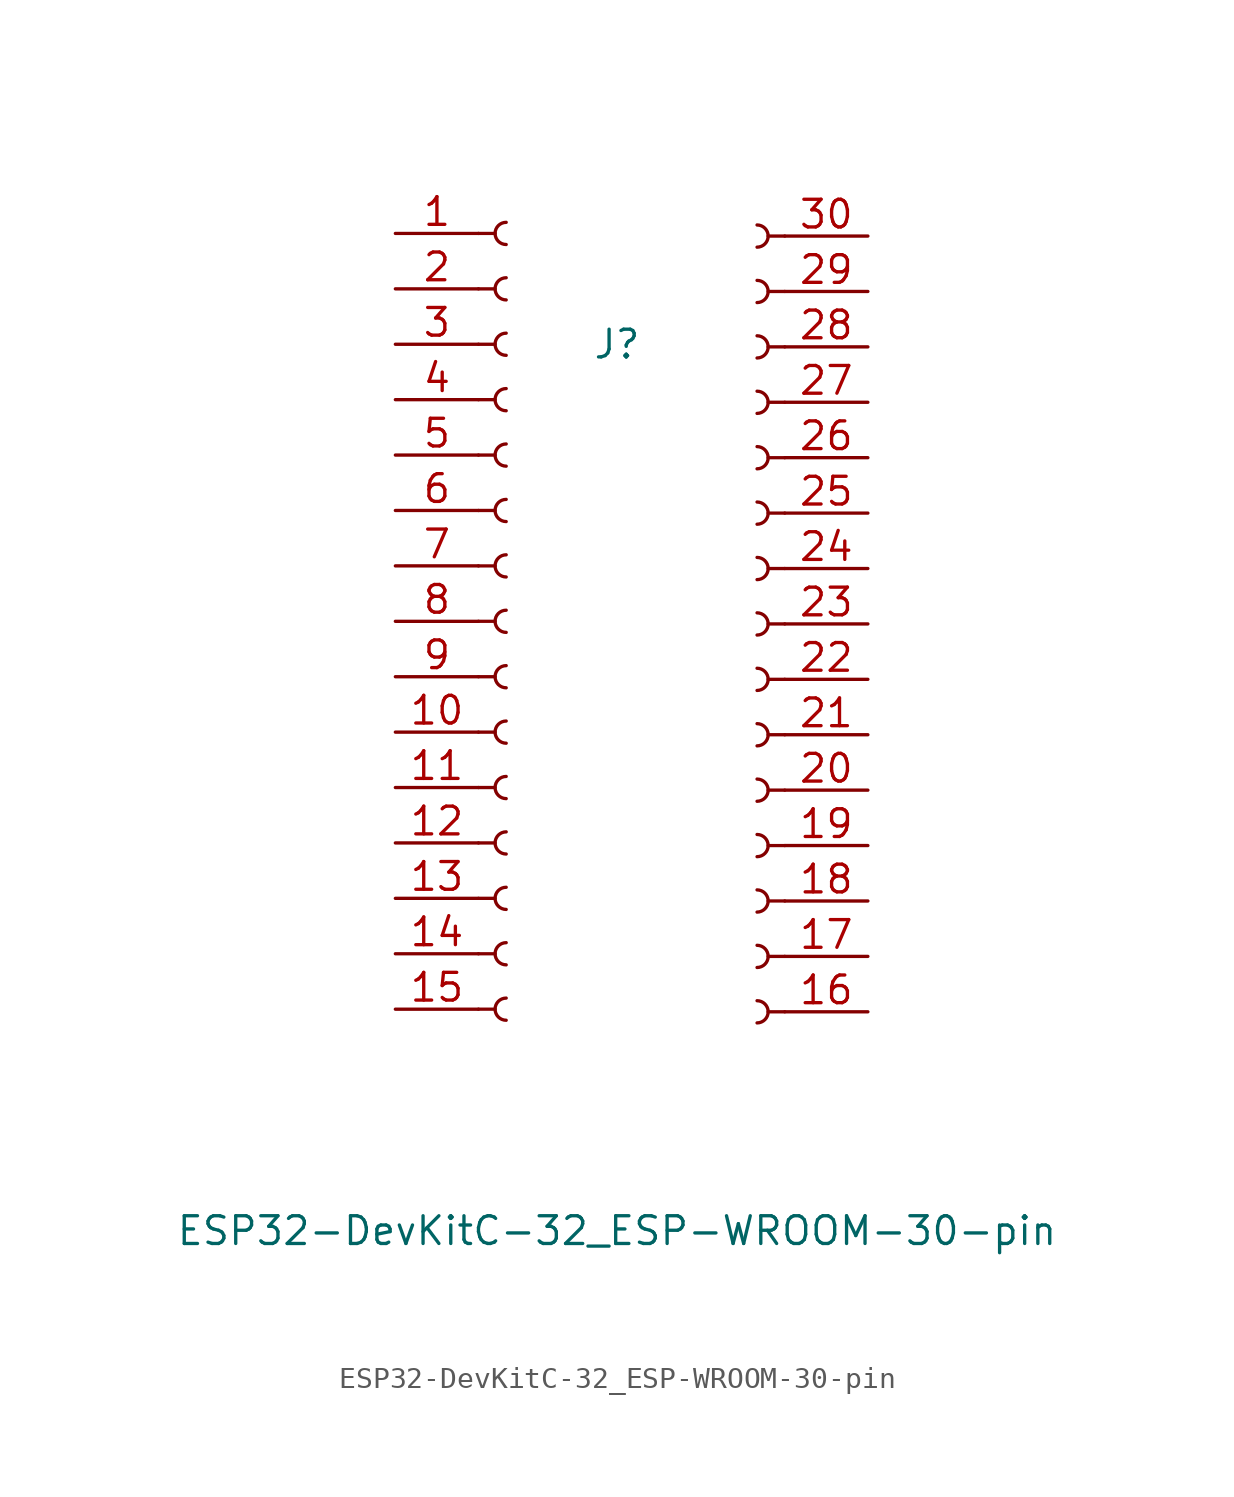
<source format=kicad_sym>
(kicad_symbol_lib
  (version 20241209)
  (generator "kicad_symbol_editor")
  (generator_version "9.0")
  (symbol "ESP32-DevKitC-32_ESP-WROOM-30-pin"
    (pin_names
      (offset 1.016)
      (hide yes))
    (property "Reference" "J"
      (at 0 20.32 0)
      (effects (font (size 1.27 1.27))))
    (property "Value" "ESP32-DevKitC-32_ESP-WROOM-30-pin"
      (at 0 -20.32 0)
      (effects (font (size 1.27 1.27))))
    (property "ki_locked" ""
      (at 0 0 0)
      (effects (font (size 1.27 1.27))))
    (symbol "ESP32-DevKitC-32_ESP-WROOM-30-pin_1_1"
      (polyline (pts (xy -6.35 25.4) (xy -5.588 25.4)) (stroke (width 0.152) (type default)) (fill (type none)))
      (polyline (pts (xy -6.35 22.86) (xy -5.588 22.86)) (stroke (width 0.152) (type default)) (fill (type none)))
      (polyline (pts (xy -6.35 20.32) (xy -5.588 20.32)) (stroke (width 0.152) (type default)) (fill (type none)))
      (polyline (pts (xy -6.35 17.78) (xy -5.588 17.78)) (stroke (width 0.152) (type default)) (fill (type none)))
      (polyline (pts (xy -6.35 15.24) (xy -5.588 15.24)) (stroke (width 0.152) (type default)) (fill (type none)))
      (polyline (pts (xy -6.35 12.7) (xy -5.588 12.7)) (stroke (width 0.152) (type default)) (fill (type none)))
      (polyline (pts (xy -6.35 10.16) (xy -5.588 10.16)) (stroke (width 0.152) (type default)) (fill (type none)))
      (polyline (pts (xy -6.35 7.62) (xy -5.588 7.62)) (stroke (width 0.152) (type default)) (fill (type none)))
      (polyline (pts (xy -6.35 5.08) (xy -5.588 5.08)) (stroke (width 0.152) (type default)) (fill (type none)))
      (polyline (pts (xy -6.35 2.54) (xy -5.588 2.54)) (stroke (width 0.152) (type default)) (fill (type none)))
      (polyline (pts (xy -6.35 0) (xy -5.588 0)) (stroke (width 0.152) (type default)) (fill (type none)))
      (polyline (pts (xy -6.35 -2.54) (xy -5.588 -2.54)) (stroke (width 0.152) (type default)) (fill (type none)))
      (polyline (pts (xy -6.35 -5.08) (xy -5.588 -5.08)) (stroke (width 0.152) (type default)) (fill (type none)))
      (polyline (pts (xy -6.35 -7.62) (xy -5.588 -7.62)) (stroke (width 0.152) (type default)) (fill (type none)))
      (polyline (pts (xy -6.35 -10.16) (xy -5.588 -10.16)) (stroke (width 0.152) (type default)) (fill (type none)))
      (arc (start -5.08 24.892) (mid -5.5858 25.4) (end -5.08 25.908) (stroke (width 0.1524) (type default)) (fill (type none)))
      (arc (start -5.08 22.352) (mid -5.5858 22.86) (end -5.08 23.368) (stroke (width 0.1524) (type default)) (fill (type none)))
      (arc (start -5.08 19.812) (mid -5.5858 20.32) (end -5.08 20.828) (stroke (width 0.1524) (type default)) (fill (type none)))
      (arc (start -5.08 17.272) (mid -5.5858 17.78) (end -5.08 18.288) (stroke (width 0.1524) (type default)) (fill (type none)))
      (arc (start -5.08 14.732) (mid -5.5858 15.24) (end -5.08 15.748) (stroke (width 0.1524) (type default)) (fill (type none)))
      (arc (start -5.08 12.192) (mid -5.5858 12.7) (end -5.08 13.208) (stroke (width 0.1524) (type default)) (fill (type none)))
      (arc (start -5.08 9.652) (mid -5.5858 10.16) (end -5.08 10.668) (stroke (width 0.1524) (type default)) (fill (type none)))
      (arc (start -5.08 7.112) (mid -5.5858 7.62) (end -5.08 8.128) (stroke (width 0.1524) (type default)) (fill (type none)))
      (arc (start -5.08 4.572) (mid -5.5858 5.08) (end -5.08 5.588) (stroke (width 0.1524) (type default)) (fill (type none)))
      (arc (start -5.08 2.032) (mid -5.5858 2.54) (end -5.08 3.048) (stroke (width 0.1524) (type default)) (fill (type none)))
      (arc (start -5.08 -0.508) (mid -5.5858 0) (end -5.08 0.508) (stroke (width 0.1524) (type default)) (fill (type none)))
      (arc (start -5.08 -3.048) (mid -5.5858 -2.54) (end -5.08 -2.032) (stroke (width 0.1524) (type default)) (fill (type none)))
      (arc (start -5.08 -5.588) (mid -5.5858 -5.08) (end -5.08 -4.572) (stroke (width 0.1524) (type default)) (fill (type none)))
      (arc (start -5.08 -8.128) (mid -5.5858 -7.62) (end -5.08 -7.112) (stroke (width 0.1524) (type default)) (fill (type none)))
      (arc (start -5.08 -10.668) (mid -5.5858 -10.16) (end -5.08 -9.652) (stroke (width 0.1524) (type default)) (fill (type none)))
      (arc (start 6.42 25.788) (mid 6.9258 25.28) (end 6.42 24.772) (stroke (width 0.1524) (type default)) (fill (type none)))
      (arc (start 6.42 23.248) (mid 6.9258 22.74) (end 6.42 22.232) (stroke (width 0.1524) (type default)) (fill (type none)))
      (arc (start 6.42 20.708) (mid 6.9258 20.2) (end 6.42 19.692) (stroke (width 0.1524) (type default)) (fill (type none)))
      (arc (start 6.42 18.168) (mid 6.9258 17.66) (end 6.42 17.152) (stroke (width 0.1524) (type default)) (fill (type none)))
      (arc (start 6.42 15.628) (mid 6.9258 15.12) (end 6.42 14.612) (stroke (width 0.1524) (type default)) (fill (type none)))
      (arc (start 6.42 13.088) (mid 6.9258 12.58) (end 6.42 12.072) (stroke (width 0.1524) (type default)) (fill (type none)))
      (arc (start 6.42 10.548) (mid 6.9258 10.04) (end 6.42 9.532) (stroke (width 0.1524) (type default)) (fill (type none)))
      (arc (start 6.42 8.008) (mid 6.9258 7.5) (end 6.42 6.992) (stroke (width 0.1524) (type default)) (fill (type none)))
      (arc (start 6.42 5.468) (mid 6.9258 4.96) (end 6.42 4.452) (stroke (width 0.1524) (type default)) (fill (type none)))
      (arc (start 6.42 2.928) (mid 6.9258 2.42) (end 6.42 1.912) (stroke (width 0.1524) (type default)) (fill (type none)))
      (arc (start 6.42 0.388) (mid 6.9258 -0.12) (end 6.42 -0.628) (stroke (width 0.1524) (type default)) (fill (type none)))
      (arc (start 6.42 -2.152) (mid 6.9258 -2.66) (end 6.42 -3.168) (stroke (width 0.1524) (type default)) (fill (type none)))
      (arc (start 6.42 -4.692) (mid 6.9258 -5.2) (end 6.42 -5.708) (stroke (width 0.1524) (type default)) (fill (type none)))
      (arc (start 6.42 -7.232) (mid 6.9258 -7.74) (end 6.42 -8.248) (stroke (width 0.1524) (type default)) (fill (type none)))
      (arc (start 6.42 -9.772) (mid 6.9258 -10.28) (end 6.42 -10.788) (stroke (width 0.1524) (type default)) (fill (type none)))
      (polyline (pts (xy 7.69 25.28) (xy 6.928 25.28)) (stroke (width 0.152) (type default)) (fill (type none)))
      (polyline (pts (xy 7.69 22.74) (xy 6.928 22.74)) (stroke (width 0.152) (type default)) (fill (type none)))
      (polyline (pts (xy 7.69 20.2) (xy 6.928 20.2)) (stroke (width 0.152) (type default)) (fill (type none)))
      (polyline (pts (xy 7.69 17.66) (xy 6.928 17.66)) (stroke (width 0.152) (type default)) (fill (type none)))
      (polyline (pts (xy 7.69 15.12) (xy 6.928 15.12)) (stroke (width 0.152) (type default)) (fill (type none)))
      (polyline (pts (xy 7.69 12.58) (xy 6.928 12.58)) (stroke (width 0.152) (type default)) (fill (type none)))
      (polyline (pts (xy 7.69 10.04) (xy 6.928 10.04)) (stroke (width 0.152) (type default)) (fill (type none)))
      (polyline (pts (xy 7.69 7.5) (xy 6.928 7.5)) (stroke (width 0.152) (type default)) (fill (type none)))
      (polyline (pts (xy 7.69 4.96) (xy 6.928 4.96)) (stroke (width 0.152) (type default)) (fill (type none)))
      (polyline (pts (xy 7.69 2.42) (xy 6.928 2.42)) (stroke (width 0.152) (type default)) (fill (type none)))
      (polyline (pts (xy 7.69 -0.12) (xy 6.928 -0.12)) (stroke (width 0.152) (type default)) (fill (type none)))
      (polyline (pts (xy 7.69 -2.66) (xy 6.928 -2.66)) (stroke (width 0.152) (type default)) (fill (type none)))
      (polyline (pts (xy 7.69 -5.2) (xy 6.928 -5.2)) (stroke (width 0.152) (type default)) (fill (type none)))
      (polyline (pts (xy 7.69 -7.74) (xy 6.928 -7.74)) (stroke (width 0.152) (type default)) (fill (type none)))
      (polyline (pts (xy 7.69 -10.28) (xy 6.928 -10.28)) (stroke (width 0.152) (type default)) (fill (type none)))
      (pin passive line (at -10.16 25.4 0) (length 3.81) (name "EN" (effects (font (size 1.27 1.27)))) (number "1" (effects (font (size 1.27 1.27)))))
      (pin passive line (at -10.16 22.86 0) (length 3.81) (name "VP" (effects (font (size 1.27 1.27)))) (number "2" (effects (font (size 1.27 1.27)))))
      (pin passive line (at -10.16 20.32 0) (length 3.81) (name "VN" (effects (font (size 1.27 1.27)))) (number "3" (effects (font (size 1.27 1.27)))))
      (pin passive line (at -10.16 17.78 0) (length 3.81) (name "D34" (effects (font (size 1.27 1.27)))) (number "4" (effects (font (size 1.27 1.27)))))
      (pin passive line (at -10.16 15.24 0) (length 3.81) (name "D35" (effects (font (size 1.27 1.27)))) (number "5" (effects (font (size 1.27 1.27)))))
      (pin passive line (at -10.16 12.7 0) (length 3.81) (name "D32" (effects (font (size 1.27 1.27)))) (number "6" (effects (font (size 1.27 1.27)))))
      (pin passive line (at -10.16 10.16 0) (length 3.81) (name "D33" (effects (font (size 1.27 1.27)))) (number "7" (effects (font (size 1.27 1.27)))))
      (pin passive line (at -10.16 7.62 0) (length 3.81) (name "D25" (effects (font (size 1.27 1.27)))) (number "8" (effects (font (size 1.27 1.27)))))
      (pin passive line (at -10.16 5.08 0) (length 3.81) (name "D26" (effects (font (size 1.27 1.27)))) (number "9" (effects (font (size 1.27 1.27)))))
      (pin passive line (at -10.16 2.54 0) (length 3.81) (name "D27" (effects (font (size 1.27 1.27)))) (number "10" (effects (font (size 1.27 1.27)))))
      (pin passive line (at -10.16 0 0) (length 3.81) (name "D14" (effects (font (size 1.27 1.27)))) (number "11" (effects (font (size 1.27 1.27)))))
      (pin passive line (at -10.16 -2.54 0) (length 3.81) (name "D12" (effects (font (size 1.27 1.27)))) (number "12" (effects (font (size 1.27 1.27)))))
      (pin passive line (at -10.16 -5.08 0) (length 3.81) (name "D13" (effects (font (size 1.27 1.27)))) (number "13" (effects (font (size 1.27 1.27)))))
      (pin passive line (at -10.16 -7.62 0) (length 3.81) (name "GND" (effects (font (size 1.27 1.27)))) (number "14" (effects (font (size 1.27 1.27)))))
      (pin passive line (at -10.16 -10.16 0) (length 3.81) (name "VIN" (effects (font (size 1.27 1.27)))) (number "15" (effects (font (size 1.27 1.27)))))
      (pin passive line (at 11.5 25.28 180) (length 3.81) (name "D23" (effects (font (size 1.27 1.27)))) (number "30" (effects (font (size 1.27 1.27)))))
      (pin passive line (at 11.5 22.74 180) (length 3.81) (name "D22" (effects (font (size 1.27 1.27)))) (number "29" (effects (font (size 1.27 1.27)))))
      (pin passive line (at 11.5 20.2 180) (length 3.81) (name "TX0" (effects (font (size 1.27 1.27)))) (number "28" (effects (font (size 1.27 1.27)))))
      (pin passive line (at 11.5 17.66 180) (length 3.81) (name "RX0" (effects (font (size 1.27 1.27)))) (number "27" (effects (font (size 1.27 1.27)))))
      (pin passive line (at 11.5 15.12 180) (length 3.81) (name "D21" (effects (font (size 1.27 1.27)))) (number "26" (effects (font (size 1.27 1.27)))))
      (pin passive line (at 11.5 12.58 180) (length 3.81) (name "D19" (effects (font (size 1.27 1.27)))) (number "25" (effects (font (size 1.27 1.27)))))
      (pin passive line (at 11.5 10.04 180) (length 3.81) (name "D18" (effects (font (size 1.27 1.27)))) (number "24" (effects (font (size 1.27 1.27)))))
      (pin passive line (at 11.5 7.5 180) (length 3.81) (name "Pin_8" (effects (font (size 1.27 1.27)))) (number "23" (effects (font (size 1.27 1.27)))))
      (pin passive line (at 11.5 4.96 180) (length 3.81) (name "Pin_7" (effects (font (size 1.27 1.27)))) (number "22" (effects (font (size 1.27 1.27)))))
      (pin passive line (at 11.5 2.42 180) (length 3.81) (name "D16" (effects (font (size 1.27 1.27)))) (number "21" (effects (font (size 1.27 1.27)))))
      (pin passive line (at 11.5 -0.12 180) (length 3.81) (name "D4" (effects (font (size 1.27 1.27)))) (number "20" (effects (font (size 1.27 1.27)))))
      (pin passive line (at 11.5 -2.66 180) (length 3.81) (name "D2" (effects (font (size 1.27 1.27)))) (number "19" (effects (font (size 1.27 1.27)))))
      (pin passive line (at 11.5 -5.2 180) (length 3.81) (name "Pin_3" (effects (font (size 1.27 1.27)))) (number "18" (effects (font (size 1.27 1.27)))))
      (pin passive line (at 11.5 -7.74 180) (length 3.81) (name "GND" (effects (font (size 1.27 1.27)))) (number "17" (effects (font (size 1.27 1.27)))))
      (pin passive line (at 11.5 -10.28 180) (length 3.81) (name "3V3" (effects (font (size 1.27 1.27)))) (number "16" (effects (font (size 1.27 1.27))))))))
</source>
